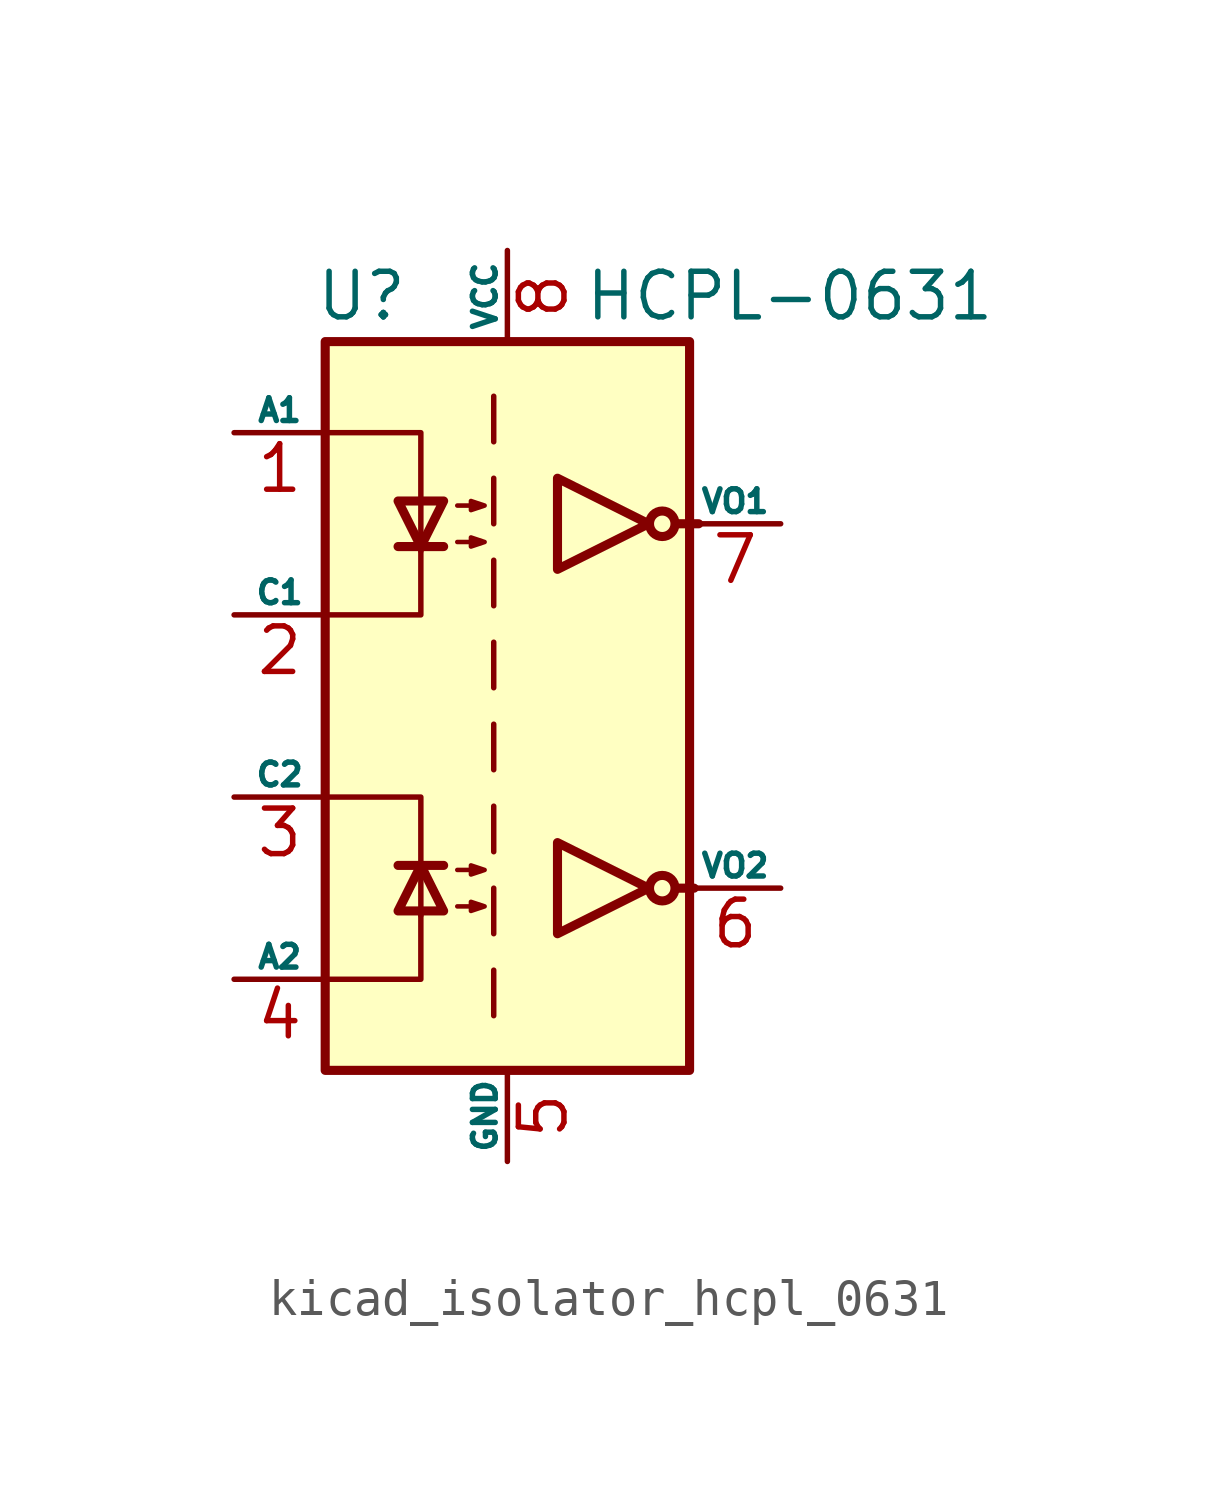
<source format=kicad_sym>
(kicad_symbol_lib
  (version 20220914)
  (generator kicad_symbol_editor)
  (symbol "kicad_isolator_hcpl_0631"
    (pin_names
      (offset 0))
    (property "Reference" "U"
      (at -4.064 11.43 0)
      (effects (font (size 1.27 1.27))))
    (property "Value" "HCPL-0631"
      (at 7.874 11.43 0)
      (effects (font (size 1.27 1.27))))
    (symbol "kicad_isolator_hcpl_0631_0_1"
      (rectangle (start -5.08 10.16) (end 5.08 -10.16) (stroke (width 0.254) (type default)) (fill (type background))))
    (symbol "kicad_isolator_hcpl_0631_1_1"
      (polyline (pts (xy -3.048 -4.445) (xy -1.778 -4.445)) (stroke (width 0.254) (type default)) (fill (type none)))
      (polyline (pts (xy -3.048 4.445) (xy -1.778 4.445)) (stroke (width 0.254) (type default)) (fill (type none)))
      (polyline (pts (xy -0.381 -7.366) (xy -0.381 -8.636)) (stroke (width 0) (type default)) (fill (type none)))
      (polyline (pts (xy -0.381 -5.08) (xy -0.381 -6.35)) (stroke (width 0) (type default)) (fill (type none)))
      (polyline (pts (xy -0.381 -2.794) (xy -0.381 -4.064)) (stroke (width 0) (type default)) (fill (type none)))
      (polyline (pts (xy -0.381 -0.508) (xy -0.381 -1.778)) (stroke (width 0) (type default)) (fill (type none)))
      (polyline (pts (xy -0.381 1.778) (xy -0.381 0.508)) (stroke (width 0) (type default)) (fill (type none)))
      (polyline (pts (xy -0.381 4.064) (xy -0.381 2.794)) (stroke (width 0) (type default)) (fill (type none)))
      (polyline (pts (xy -0.381 6.35) (xy -0.381 5.08)) (stroke (width 0) (type default)) (fill (type none)))
      (polyline (pts (xy -0.381 8.636) (xy -0.381 7.366)) (stroke (width 0) (type default)) (fill (type none)))
      (polyline (pts (xy 4.699 -5.08) (xy 5.207 -5.08)) (stroke (width 0.254) (type default)) (fill (type none)))
      (polyline (pts (xy 4.699 5.08) (xy 5.334 5.08)) (stroke (width 0.254) (type default)) (fill (type none)))
      (polyline (pts (xy -4.953 -7.62) (xy -2.413 -7.62) (xy -2.413 -5.715)) (stroke (width 0) (type default)) (fill (type none)))
      (polyline (pts (xy -4.953 7.62) (xy -2.413 7.62) (xy -2.413 4.318)) (stroke (width 0) (type default)) (fill (type none)))
      (polyline (pts (xy -2.413 -5.842) (xy -2.413 -2.54) (xy -4.953 -2.54)) (stroke (width 0) (type default)) (fill (type none)))
      (polyline (pts (xy -2.413 4.445) (xy -2.413 2.54) (xy -4.953 2.54)) (stroke (width 0) (type default)) (fill (type none)))
      (polyline (pts (xy -2.413 -4.445) (xy -3.048 -5.715) (xy -1.778 -5.715) (xy -2.413 -4.445)) (stroke (width 0.254) (type default)) (fill (type none)))
      (polyline (pts (xy -2.413 4.445) (xy -3.048 5.715) (xy -1.778 5.715) (xy -2.413 4.445)) (stroke (width 0.254) (type default)) (fill (type none)))
      (polyline (pts (xy 3.937 -5.08) (xy 1.397 -3.81) (xy 1.397 -6.35) (xy 3.937 -5.08)) (stroke (width 0.254) (type default)) (fill (type none)))
      (polyline (pts (xy 3.937 5.08) (xy 1.397 6.35) (xy 1.397 3.81) (xy 3.937 5.08)) (stroke (width 0.254) (type default)) (fill (type none)))
      (polyline (pts (xy -1.397 -5.588) (xy -0.635 -5.588) (xy -1.016 -5.715) (xy -1.016 -5.461) (xy -0.635 -5.588)) (stroke (width 0.127) (type default)) (fill (type none)))
      (polyline (pts (xy -1.397 -4.572) (xy -0.635 -4.572) (xy -1.016 -4.699) (xy -1.016 -4.445) (xy -0.635 -4.572)) (stroke (width 0.127) (type default)) (fill (type none)))
      (polyline (pts (xy -1.397 4.572) (xy -0.635 4.572) (xy -1.016 4.445) (xy -1.016 4.699) (xy -0.635 4.572)) (stroke (width 0.127) (type default)) (fill (type none)))
      (polyline (pts (xy -1.397 5.588) (xy -0.635 5.588) (xy -1.016 5.461) (xy -1.016 5.715) (xy -0.635 5.588)) (stroke (width 0.127) (type default)) (fill (type none)))
      (circle (center 4.318 -5.08) (radius 0.356) (stroke (width 0.254) (type default)) (fill (type none)))
      (circle (center 4.318 5.08) (radius 0.356) (stroke (width 0.254) (type default)) (fill (type none)))
      (pin passive line (at -7.62 7.62 0) (length 2.54) (name "A1" (effects (font (size 0.635 0.635)))) (number "1" (effects (font (size 1.27 1.27)))))
      (pin passive line (at -7.62 2.54 0) (length 2.54) (name "C1" (effects (font (size 0.635 0.635)))) (number "2" (effects (font (size 1.27 1.27)))))
      (pin passive line (at -7.62 -2.54 0) (length 2.54) (name "C2" (effects (font (size 0.635 0.635)))) (number "3" (effects (font (size 1.27 1.27)))))
      (pin passive line (at -7.62 -7.62 0) (length 2.54) (name "A2" (effects (font (size 0.635 0.635)))) (number "4" (effects (font (size 1.27 1.27)))))
      (pin power_in line (at 0 -12.7 90) (length 2.54) (name "GND" (effects (font (size 0.635 0.635)))) (number "5" (effects (font (size 1.27 1.27)))))
      (pin open_collector line (at 7.62 -5.08 180) (length 2.54) (name "VO2" (effects (font (size 0.635 0.635)))) (number "6" (effects (font (size 1.27 1.27)))))
      (pin open_collector line (at 7.62 5.08 180) (length 2.54) (name "VO1" (effects (font (size 0.635 0.635)))) (number "7" (effects (font (size 1.27 1.27)))))
      (pin power_in line (at 0 12.7 270) (length 2.54) (name "VCC" (effects (font (size 0.635 0.635)))) (number "8" (effects (font (size 1.27 1.27))))))))
</source>
